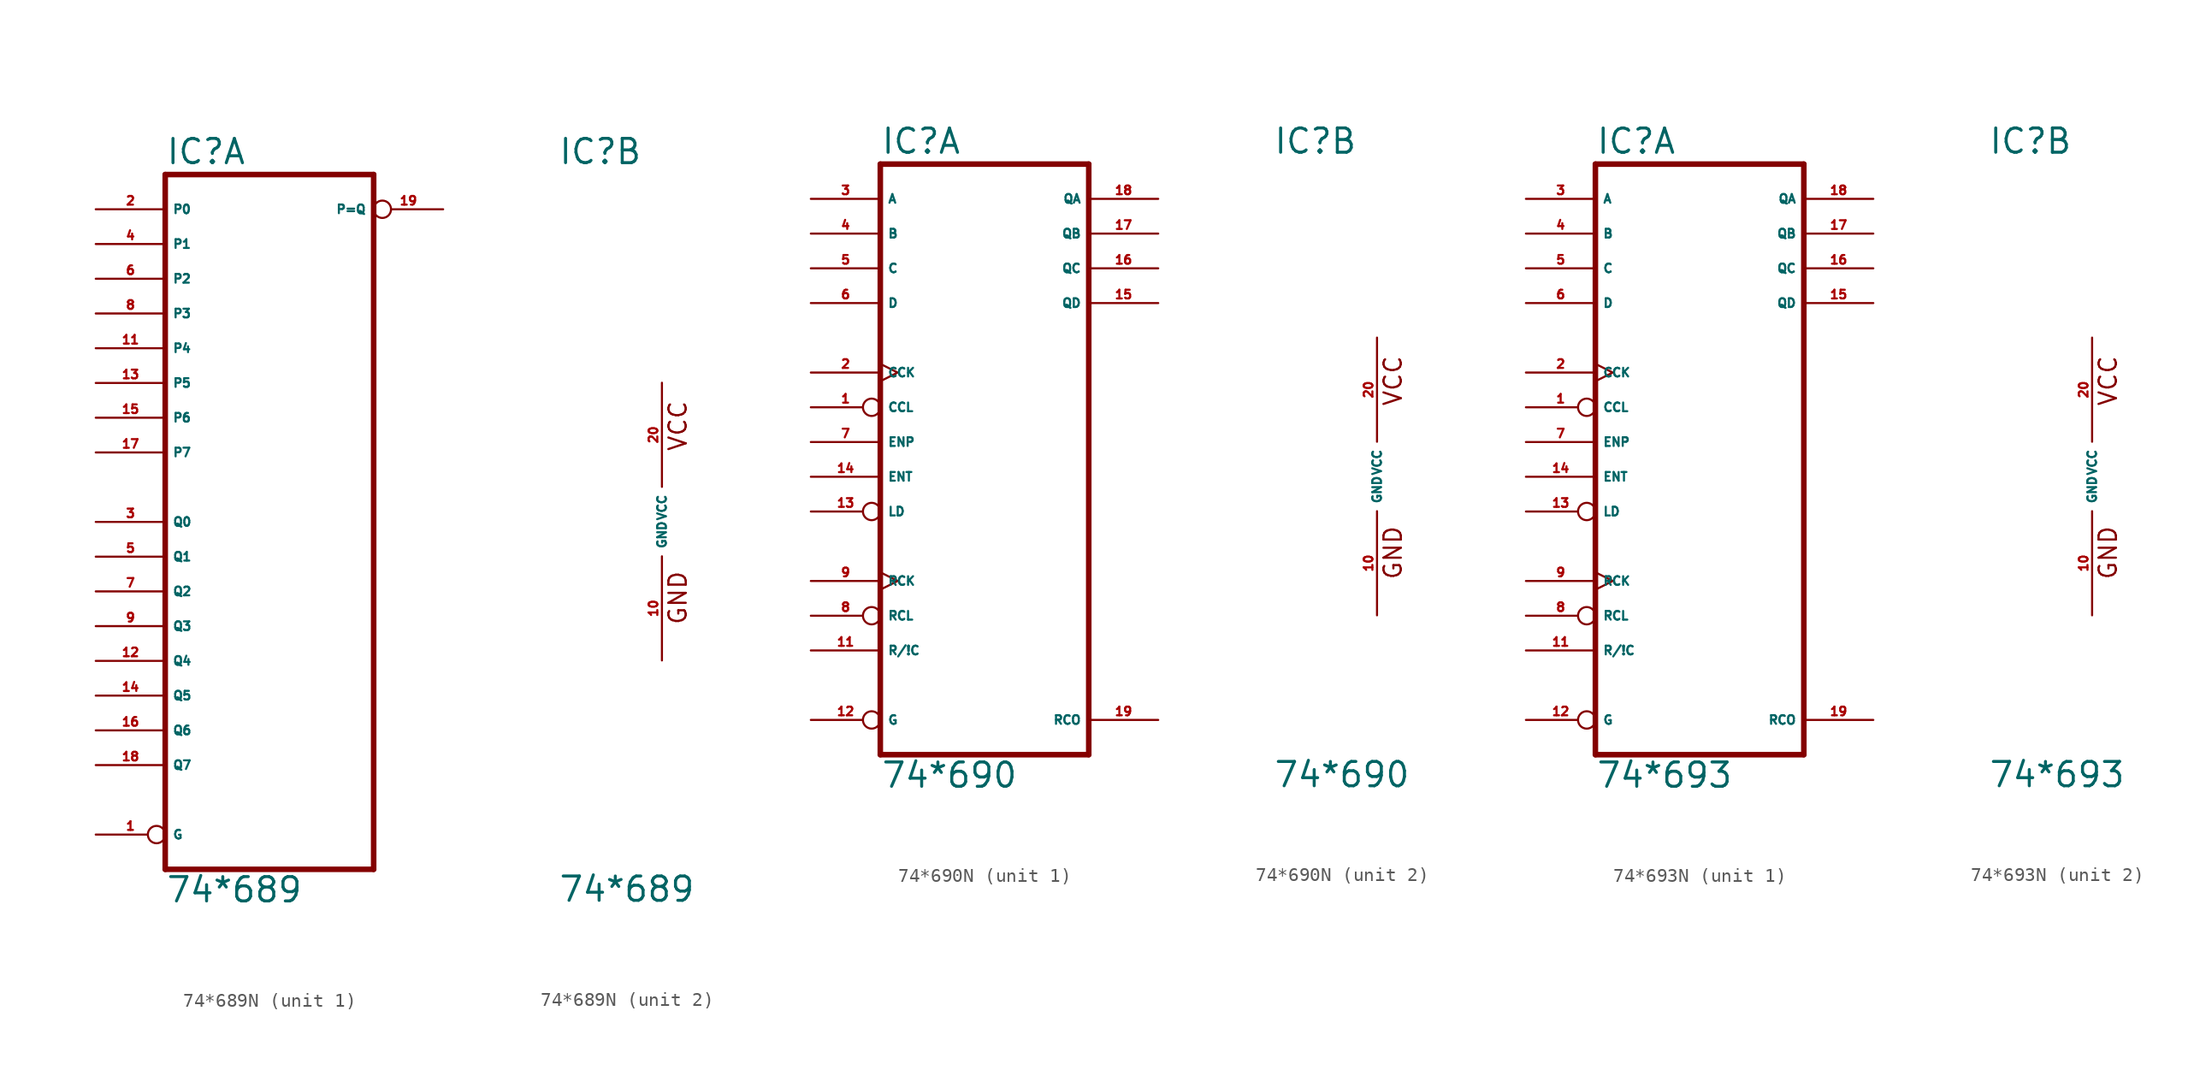
<source format=kicad_sym>
(kicad_symbol_lib
  (version 20220914)
  (generator Eagle2Kicad)
  (symbol "74*689N"
    (property "Reference" "IC"
      (at -7.62 26.035 0)
      (effects (font (size 1.778 1.778) (thickness 0.22)) (justify left bottom)))
    (property "Value" "74*689"
      (at -7.62 -27.94 0)
      (effects (font (size 1.778 1.778) (thickness 0.22)) (justify left bottom)))
    (symbol "74*689N_1_0"
      (polyline (pts (xy -7.62 -25.4) (xy 7.62 -25.4)) (stroke (width 0.406) (type default)) (fill (type none)))
      (polyline (pts (xy 7.62 -25.4) (xy 7.62 25.4)) (stroke (width 0.406) (type default)) (fill (type none)))
      (polyline (pts (xy 7.62 25.4) (xy -7.62 25.4)) (stroke (width 0.406) (type default)) (fill (type none)))
      (polyline (pts (xy -7.62 25.4) (xy -7.62 -25.4)) (stroke (width 0.406) (type default)) (fill (type none)))
      (pin input inverted (at -12.7 -22.86 0) (length 5.08) (name "G" (effects (font (size 0.635 0.635) (thickness 0.08)) (justify left bottom))) (number "1" (effects (font (size 0.635 0.635) (thickness 0.08)) (justify left bottom))))
      (pin input line (at -12.7 22.86 0) (length 5.08) (name "P0" (effects (font (size 0.635 0.635) (thickness 0.08)) (justify left bottom))) (number "2" (effects (font (size 0.635 0.635) (thickness 0.08)) (justify left bottom))))
      (pin input line (at -12.7 0 0) (length 5.08) (name "Q0" (effects (font (size 0.635 0.635) (thickness 0.08)) (justify left bottom))) (number "3" (effects (font (size 0.635 0.635) (thickness 0.08)) (justify left bottom))))
      (pin input line (at -12.7 20.32 0) (length 5.08) (name "P1" (effects (font (size 0.635 0.635) (thickness 0.08)) (justify left bottom))) (number "4" (effects (font (size 0.635 0.635) (thickness 0.08)) (justify left bottom))))
      (pin input line (at -12.7 -2.54 0) (length 5.08) (name "Q1" (effects (font (size 0.635 0.635) (thickness 0.08)) (justify left bottom))) (number "5" (effects (font (size 0.635 0.635) (thickness 0.08)) (justify left bottom))))
      (pin input line (at -12.7 17.78 0) (length 5.08) (name "P2" (effects (font (size 0.635 0.635) (thickness 0.08)) (justify left bottom))) (number "6" (effects (font (size 0.635 0.635) (thickness 0.08)) (justify left bottom))))
      (pin input line (at -12.7 -5.08 0) (length 5.08) (name "Q2" (effects (font (size 0.635 0.635) (thickness 0.08)) (justify left bottom))) (number "7" (effects (font (size 0.635 0.635) (thickness 0.08)) (justify left bottom))))
      (pin input line (at -12.7 15.24 0) (length 5.08) (name "P3" (effects (font (size 0.635 0.635) (thickness 0.08)) (justify left bottom))) (number "8" (effects (font (size 0.635 0.635) (thickness 0.08)) (justify left bottom))))
      (pin input line (at -12.7 -7.62 0) (length 5.08) (name "Q3" (effects (font (size 0.635 0.635) (thickness 0.08)) (justify left bottom))) (number "9" (effects (font (size 0.635 0.635) (thickness 0.08)) (justify left bottom))))
      (pin input line (at -12.7 12.7 0) (length 5.08) (name "P4" (effects (font (size 0.635 0.635) (thickness 0.08)) (justify left bottom))) (number "11" (effects (font (size 0.635 0.635) (thickness 0.08)) (justify left bottom))))
      (pin input line (at -12.7 -10.16 0) (length 5.08) (name "Q4" (effects (font (size 0.635 0.635) (thickness 0.08)) (justify left bottom))) (number "12" (effects (font (size 0.635 0.635) (thickness 0.08)) (justify left bottom))))
      (pin input line (at -12.7 10.16 0) (length 5.08) (name "P5" (effects (font (size 0.635 0.635) (thickness 0.08)) (justify left bottom))) (number "13" (effects (font (size 0.635 0.635) (thickness 0.08)) (justify left bottom))))
      (pin input line (at -12.7 -12.7 0) (length 5.08) (name "Q5" (effects (font (size 0.635 0.635) (thickness 0.08)) (justify left bottom))) (number "14" (effects (font (size 0.635 0.635) (thickness 0.08)) (justify left bottom))))
      (pin input line (at -12.7 7.62 0) (length 5.08) (name "P6" (effects (font (size 0.635 0.635) (thickness 0.08)) (justify left bottom))) (number "15" (effects (font (size 0.635 0.635) (thickness 0.08)) (justify left bottom))))
      (pin input line (at -12.7 -15.24 0) (length 5.08) (name "Q6" (effects (font (size 0.635 0.635) (thickness 0.08)) (justify left bottom))) (number "16" (effects (font (size 0.635 0.635) (thickness 0.08)) (justify left bottom))))
      (pin input line (at -12.7 5.08 0) (length 5.08) (name "P7" (effects (font (size 0.635 0.635) (thickness 0.08)) (justify left bottom))) (number "17" (effects (font (size 0.635 0.635) (thickness 0.08)) (justify left bottom))))
      (pin input line (at -12.7 -17.78 0) (length 5.08) (name "Q7" (effects (font (size 0.635 0.635) (thickness 0.08)) (justify left bottom))) (number "18" (effects (font (size 0.635 0.635) (thickness 0.08)) (justify left bottom))))
      (pin open_collector inverted (at 12.7 22.86 180) (length 5.08) (name "P=Q" (effects (font (size 0.635 0.635) (thickness 0.08)) (justify left bottom))) (number "19" (effects (font (size 0.635 0.635) (thickness 0.08)) (justify left bottom)))))
    (symbol "74*689N_2_0"
      (text "GND" (at 1.905 -7.62 900) (effects (font (size 1.27 1.27) (thickness 0.16)) (justify left bottom)))
      (text "VCC" (at 1.905 5.08 900) (effects (font (size 1.27 1.27) (thickness 0.16)) (justify left bottom)))
      (pin unspecified line (at 0 -10.16 90) (length 7.62) (name "GND" (effects (font (size 0.635 0.635) (thickness 0.08)) (justify left bottom))) (number "10" (effects (font (size 0.635 0.635) (thickness 0.08)) (justify left bottom))))
      (pin unspecified line (at 0 10.16 270) (length 7.62) (name "VCC" (effects (font (size 0.635 0.635) (thickness 0.08)) (justify left bottom))) (number "20" (effects (font (size 0.635 0.635) (thickness 0.08)) (justify left bottom))))))
  (symbol "74*690N"
    (property "Reference" "IC"
      (at -7.62 23.495 0)
      (effects (font (size 1.778 1.778) (thickness 0.22)) (justify left bottom)))
    (property "Value" "74*690"
      (at -7.62 -22.86 0)
      (effects (font (size 1.778 1.778) (thickness 0.22)) (justify left bottom)))
    (symbol "74*690N_1_0"
      (polyline (pts (xy -7.62 -20.32) (xy 7.62 -20.32)) (stroke (width 0.406) (type default)) (fill (type none)))
      (polyline (pts (xy 7.62 -20.32) (xy 7.62 22.86)) (stroke (width 0.406) (type default)) (fill (type none)))
      (polyline (pts (xy 7.62 22.86) (xy -7.62 22.86)) (stroke (width 0.406) (type default)) (fill (type none)))
      (polyline (pts (xy -7.62 22.86) (xy -7.62 -20.32)) (stroke (width 0.406) (type default)) (fill (type none)))
      (pin input inverted (at -12.7 5.08 0) (length 5.08) (name "CCL" (effects (font (size 0.635 0.635) (thickness 0.08)) (justify left bottom))) (number "1" (effects (font (size 0.635 0.635) (thickness 0.08)) (justify left bottom))))
      (pin input clock (at -12.7 7.62 0) (length 5.08) (name "CCK" (effects (font (size 0.635 0.635) (thickness 0.08)) (justify left bottom))) (number "2" (effects (font (size 0.635 0.635) (thickness 0.08)) (justify left bottom))))
      (pin input line (at -12.7 20.32 0) (length 5.08) (name "A" (effects (font (size 0.635 0.635) (thickness 0.08)) (justify left bottom))) (number "3" (effects (font (size 0.635 0.635) (thickness 0.08)) (justify left bottom))))
      (pin input line (at -12.7 17.78 0) (length 5.08) (name "B" (effects (font (size 0.635 0.635) (thickness 0.08)) (justify left bottom))) (number "4" (effects (font (size 0.635 0.635) (thickness 0.08)) (justify left bottom))))
      (pin input line (at -12.7 15.24 0) (length 5.08) (name "C" (effects (font (size 0.635 0.635) (thickness 0.08)) (justify left bottom))) (number "5" (effects (font (size 0.635 0.635) (thickness 0.08)) (justify left bottom))))
      (pin input line (at -12.7 12.7 0) (length 5.08) (name "D" (effects (font (size 0.635 0.635) (thickness 0.08)) (justify left bottom))) (number "6" (effects (font (size 0.635 0.635) (thickness 0.08)) (justify left bottom))))
      (pin input line (at -12.7 2.54 0) (length 5.08) (name "ENP" (effects (font (size 0.635 0.635) (thickness 0.08)) (justify left bottom))) (number "7" (effects (font (size 0.635 0.635) (thickness 0.08)) (justify left bottom))))
      (pin input inverted (at -12.7 -10.16 0) (length 5.08) (name "RCL" (effects (font (size 0.635 0.635) (thickness 0.08)) (justify left bottom))) (number "8" (effects (font (size 0.635 0.635) (thickness 0.08)) (justify left bottom))))
      (pin input clock (at -12.7 -7.62 0) (length 5.08) (name "RCK" (effects (font (size 0.635 0.635) (thickness 0.08)) (justify left bottom))) (number "9" (effects (font (size 0.635 0.635) (thickness 0.08)) (justify left bottom))))
      (pin input line (at -12.7 -12.7 0) (length 5.08) (name "R/!C" (effects (font (size 0.635 0.635) (thickness 0.08)) (justify left bottom))) (number "11" (effects (font (size 0.635 0.635) (thickness 0.08)) (justify left bottom))))
      (pin input inverted (at -12.7 -17.78 0) (length 5.08) (name "G" (effects (font (size 0.635 0.635) (thickness 0.08)) (justify left bottom))) (number "12" (effects (font (size 0.635 0.635) (thickness 0.08)) (justify left bottom))))
      (pin input inverted (at -12.7 -2.54 0) (length 5.08) (name "LD" (effects (font (size 0.635 0.635) (thickness 0.08)) (justify left bottom))) (number "13" (effects (font (size 0.635 0.635) (thickness 0.08)) (justify left bottom))))
      (pin input line (at -12.7 0 0) (length 5.08) (name "ENT" (effects (font (size 0.635 0.635) (thickness 0.08)) (justify left bottom))) (number "14" (effects (font (size 0.635 0.635) (thickness 0.08)) (justify left bottom))))
      (pin tri_state line (at 12.7 12.7 180) (length 5.08) (name "QD" (effects (font (size 0.635 0.635) (thickness 0.08)) (justify left bottom))) (number "15" (effects (font (size 0.635 0.635) (thickness 0.08)) (justify left bottom))))
      (pin tri_state line (at 12.7 15.24 180) (length 5.08) (name "QC" (effects (font (size 0.635 0.635) (thickness 0.08)) (justify left bottom))) (number "16" (effects (font (size 0.635 0.635) (thickness 0.08)) (justify left bottom))))
      (pin tri_state line (at 12.7 17.78 180) (length 5.08) (name "QB" (effects (font (size 0.635 0.635) (thickness 0.08)) (justify left bottom))) (number "17" (effects (font (size 0.635 0.635) (thickness 0.08)) (justify left bottom))))
      (pin tri_state line (at 12.7 20.32 180) (length 5.08) (name "QA" (effects (font (size 0.635 0.635) (thickness 0.08)) (justify left bottom))) (number "18" (effects (font (size 0.635 0.635) (thickness 0.08)) (justify left bottom))))
      (pin output line (at 12.7 -17.78 180) (length 5.08) (name "RCO" (effects (font (size 0.635 0.635) (thickness 0.08)) (justify left bottom))) (number "19" (effects (font (size 0.635 0.635) (thickness 0.08)) (justify left bottom)))))
    (symbol "74*690N_2_0"
      (text "GND" (at 1.905 -7.62 900) (effects (font (size 1.27 1.27) (thickness 0.16)) (justify left bottom)))
      (text "VCC" (at 1.905 5.08 900) (effects (font (size 1.27 1.27) (thickness 0.16)) (justify left bottom)))
      (pin unspecified line (at 0 -10.16 90) (length 7.62) (name "GND" (effects (font (size 0.635 0.635) (thickness 0.08)) (justify left bottom))) (number "10" (effects (font (size 0.635 0.635) (thickness 0.08)) (justify left bottom))))
      (pin unspecified line (at 0 10.16 270) (length 7.62) (name "VCC" (effects (font (size 0.635 0.635) (thickness 0.08)) (justify left bottom))) (number "20" (effects (font (size 0.635 0.635) (thickness 0.08)) (justify left bottom))))))
  (symbol "74*693N"
    (property "Reference" "IC"
      (at -7.62 23.495 0)
      (effects (font (size 1.778 1.778) (thickness 0.22)) (justify left bottom)))
    (property "Value" "74*693"
      (at -7.62 -22.86 0)
      (effects (font (size 1.778 1.778) (thickness 0.22)) (justify left bottom)))
    (symbol "74*693N_1_0"
      (polyline (pts (xy -7.62 -20.32) (xy 7.62 -20.32)) (stroke (width 0.406) (type default)) (fill (type none)))
      (polyline (pts (xy 7.62 -20.32) (xy 7.62 22.86)) (stroke (width 0.406) (type default)) (fill (type none)))
      (polyline (pts (xy 7.62 22.86) (xy -7.62 22.86)) (stroke (width 0.406) (type default)) (fill (type none)))
      (polyline (pts (xy -7.62 22.86) (xy -7.62 -20.32)) (stroke (width 0.406) (type default)) (fill (type none)))
      (pin input inverted (at -12.7 5.08 0) (length 5.08) (name "CCL" (effects (font (size 0.635 0.635) (thickness 0.08)) (justify left bottom))) (number "1" (effects (font (size 0.635 0.635) (thickness 0.08)) (justify left bottom))))
      (pin input clock (at -12.7 7.62 0) (length 5.08) (name "CCK" (effects (font (size 0.635 0.635) (thickness 0.08)) (justify left bottom))) (number "2" (effects (font (size 0.635 0.635) (thickness 0.08)) (justify left bottom))))
      (pin input line (at -12.7 20.32 0) (length 5.08) (name "A" (effects (font (size 0.635 0.635) (thickness 0.08)) (justify left bottom))) (number "3" (effects (font (size 0.635 0.635) (thickness 0.08)) (justify left bottom))))
      (pin input line (at -12.7 17.78 0) (length 5.08) (name "B" (effects (font (size 0.635 0.635) (thickness 0.08)) (justify left bottom))) (number "4" (effects (font (size 0.635 0.635) (thickness 0.08)) (justify left bottom))))
      (pin input line (at -12.7 15.24 0) (length 5.08) (name "C" (effects (font (size 0.635 0.635) (thickness 0.08)) (justify left bottom))) (number "5" (effects (font (size 0.635 0.635) (thickness 0.08)) (justify left bottom))))
      (pin input line (at -12.7 12.7 0) (length 5.08) (name "D" (effects (font (size 0.635 0.635) (thickness 0.08)) (justify left bottom))) (number "6" (effects (font (size 0.635 0.635) (thickness 0.08)) (justify left bottom))))
      (pin input line (at -12.7 2.54 0) (length 5.08) (name "ENP" (effects (font (size 0.635 0.635) (thickness 0.08)) (justify left bottom))) (number "7" (effects (font (size 0.635 0.635) (thickness 0.08)) (justify left bottom))))
      (pin input inverted (at -12.7 -10.16 0) (length 5.08) (name "RCL" (effects (font (size 0.635 0.635) (thickness 0.08)) (justify left bottom))) (number "8" (effects (font (size 0.635 0.635) (thickness 0.08)) (justify left bottom))))
      (pin input clock (at -12.7 -7.62 0) (length 5.08) (name "RCK" (effects (font (size 0.635 0.635) (thickness 0.08)) (justify left bottom))) (number "9" (effects (font (size 0.635 0.635) (thickness 0.08)) (justify left bottom))))
      (pin input line (at -12.7 -12.7 0) (length 5.08) (name "R/!C" (effects (font (size 0.635 0.635) (thickness 0.08)) (justify left bottom))) (number "11" (effects (font (size 0.635 0.635) (thickness 0.08)) (justify left bottom))))
      (pin input inverted (at -12.7 -17.78 0) (length 5.08) (name "G" (effects (font (size 0.635 0.635) (thickness 0.08)) (justify left bottom))) (number "12" (effects (font (size 0.635 0.635) (thickness 0.08)) (justify left bottom))))
      (pin input inverted (at -12.7 -2.54 0) (length 5.08) (name "LD" (effects (font (size 0.635 0.635) (thickness 0.08)) (justify left bottom))) (number "13" (effects (font (size 0.635 0.635) (thickness 0.08)) (justify left bottom))))
      (pin input line (at -12.7 0 0) (length 5.08) (name "ENT" (effects (font (size 0.635 0.635) (thickness 0.08)) (justify left bottom))) (number "14" (effects (font (size 0.635 0.635) (thickness 0.08)) (justify left bottom))))
      (pin tri_state line (at 12.7 12.7 180) (length 5.08) (name "QD" (effects (font (size 0.635 0.635) (thickness 0.08)) (justify left bottom))) (number "15" (effects (font (size 0.635 0.635) (thickness 0.08)) (justify left bottom))))
      (pin tri_state line (at 12.7 15.24 180) (length 5.08) (name "QC" (effects (font (size 0.635 0.635) (thickness 0.08)) (justify left bottom))) (number "16" (effects (font (size 0.635 0.635) (thickness 0.08)) (justify left bottom))))
      (pin tri_state line (at 12.7 17.78 180) (length 5.08) (name "QB" (effects (font (size 0.635 0.635) (thickness 0.08)) (justify left bottom))) (number "17" (effects (font (size 0.635 0.635) (thickness 0.08)) (justify left bottom))))
      (pin tri_state line (at 12.7 20.32 180) (length 5.08) (name "QA" (effects (font (size 0.635 0.635) (thickness 0.08)) (justify left bottom))) (number "18" (effects (font (size 0.635 0.635) (thickness 0.08)) (justify left bottom))))
      (pin output line (at 12.7 -17.78 180) (length 5.08) (name "RCO" (effects (font (size 0.635 0.635) (thickness 0.08)) (justify left bottom))) (number "19" (effects (font (size 0.635 0.635) (thickness 0.08)) (justify left bottom)))))
    (symbol "74*693N_2_0"
      (text "GND" (at 1.905 -7.62 900) (effects (font (size 1.27 1.27) (thickness 0.16)) (justify left bottom)))
      (text "VCC" (at 1.905 5.08 900) (effects (font (size 1.27 1.27) (thickness 0.16)) (justify left bottom)))
      (pin unspecified line (at 0 -10.16 90) (length 7.62) (name "GND" (effects (font (size 0.635 0.635) (thickness 0.08)) (justify left bottom))) (number "10" (effects (font (size 0.635 0.635) (thickness 0.08)) (justify left bottom))))
      (pin unspecified line (at 0 10.16 270) (length 7.62) (name "VCC" (effects (font (size 0.635 0.635) (thickness 0.08)) (justify left bottom))) (number "20" (effects (font (size 0.635 0.635) (thickness 0.08)) (justify left bottom)))))))
</source>
